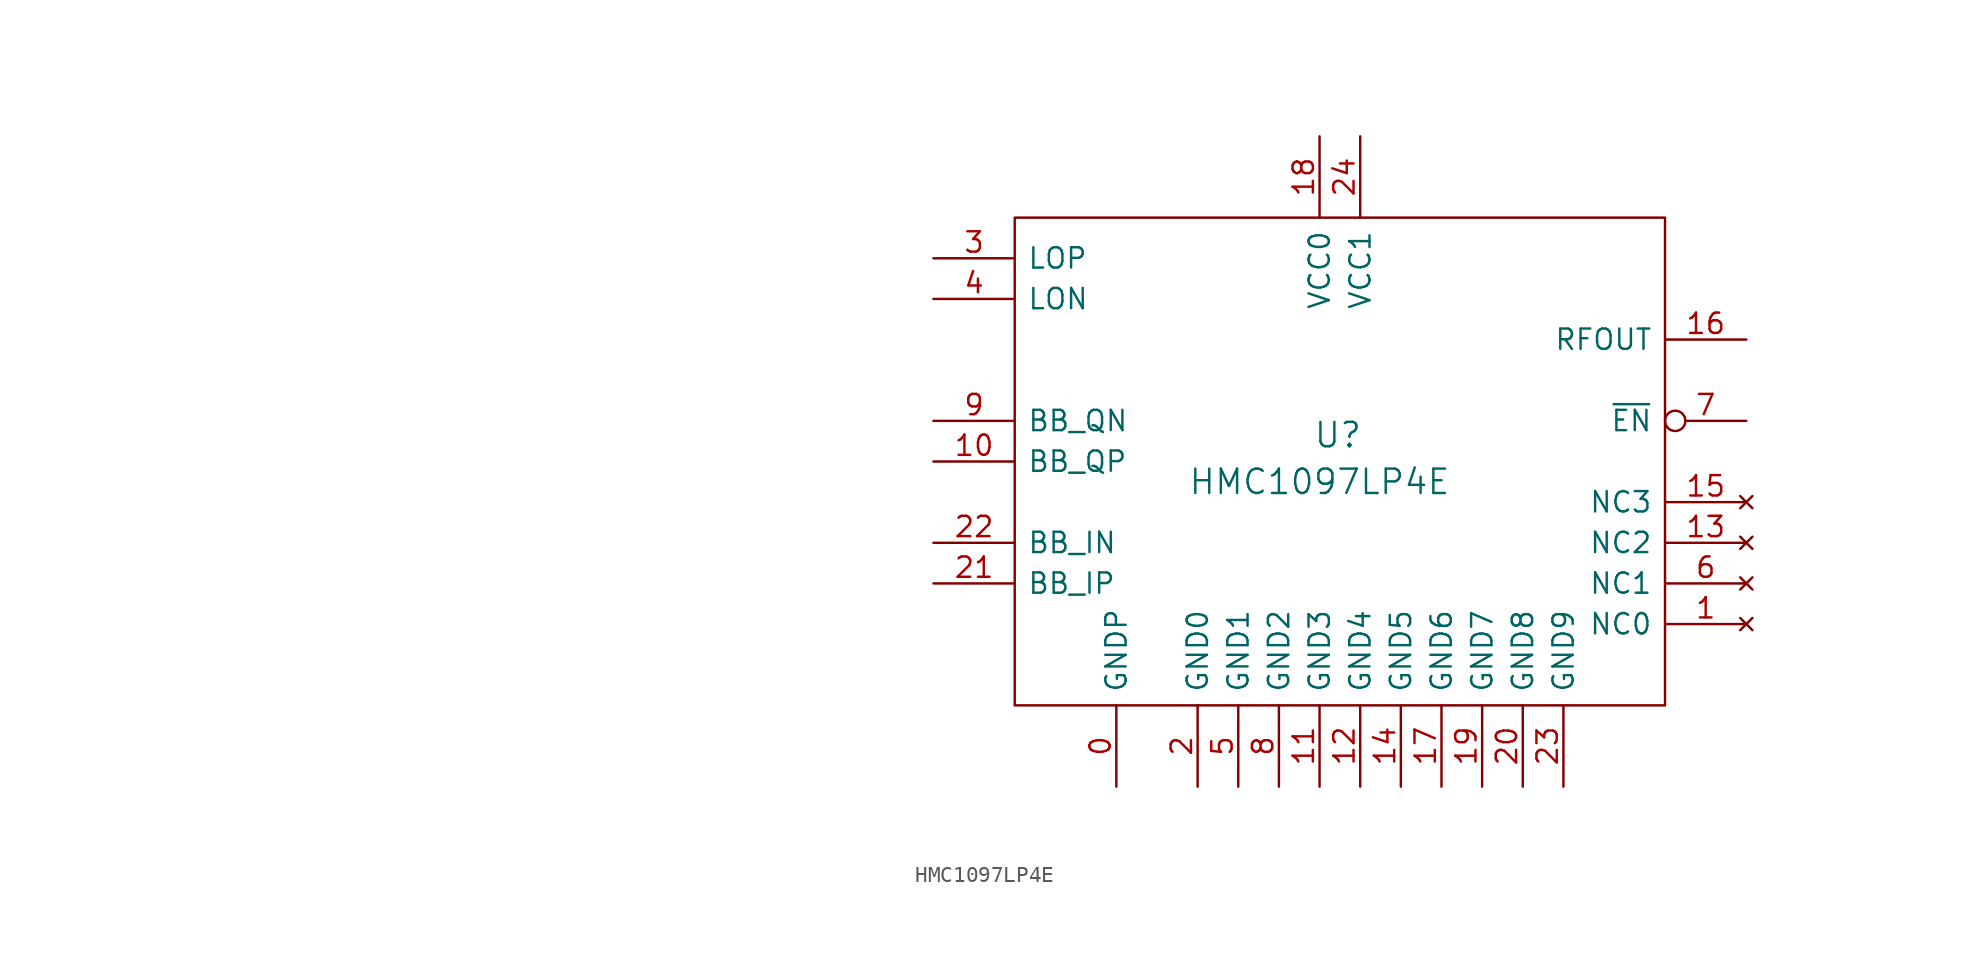
<source format=kicad_sym>
(kicad_symbol_lib
  (version 20211014)
  (generator kicad_symbol_editor)
  (symbol "HMC1097LP4E"
    (pin_names
      (offset 0.762))
    (property "Reference" "U"
      (at 25.273 -11.049 0)
      (effects (font (size 1.524 1.524))))
    (property "Value" "HMC1097LP4E"
      (at 24.13 -13.97 0)
      (effects (font (size 1.524 1.524))))
    (property "Datasheet" ""
      (at -44.45 -1.27 0)
      (effects (font (size 1.524 1.524))))
    (symbol "HMC1097LP4E_0_1"
      (rectangle (start 5.08 2.54) (end 45.72 -27.94) (stroke (width 0) (type default) (color 0 0 0 0)) (fill (type none))))
    (symbol "HMC1097LP4E_1_1"
      (pin power_in line (at 11.43 -33.02 90) (length 5.08) (name "GNDP" (effects (font (size 1.27 1.27)))) (number "0" (effects (font (size 1.27 1.27)))))
      (pin no_connect line (at 50.8 -22.86 180) (length 5.08) (name "NC0" (effects (font (size 1.27 1.27)))) (number "1" (effects (font (size 1.27 1.27)))))
      (pin input line (at 0 -12.7 0) (length 5.08) (name "BB_QP" (effects (font (size 1.27 1.27)))) (number "10" (effects (font (size 1.27 1.27)))))
      (pin power_in line (at 24.13 -33.02 90) (length 5.08) (name "GND3" (effects (font (size 1.27 1.27)))) (number "11" (effects (font (size 1.27 1.27)))))
      (pin power_in line (at 26.67 -33.02 90) (length 5.08) (name "GND4" (effects (font (size 1.27 1.27)))) (number "12" (effects (font (size 1.27 1.27)))))
      (pin no_connect line (at 50.8 -17.78 180) (length 5.08) (name "NC2" (effects (font (size 1.27 1.27)))) (number "13" (effects (font (size 1.27 1.27)))))
      (pin power_in line (at 29.21 -33.02 90) (length 5.08) (name "GND5" (effects (font (size 1.27 1.27)))) (number "14" (effects (font (size 1.27 1.27)))))
      (pin no_connect line (at 50.8 -15.24 180) (length 5.08) (name "NC3" (effects (font (size 1.27 1.27)))) (number "15" (effects (font (size 1.27 1.27)))))
      (pin output line (at 50.8 -5.08 180) (length 5.08) (name "RFOUT" (effects (font (size 1.27 1.27)))) (number "16" (effects (font (size 1.27 1.27)))))
      (pin power_in line (at 31.75 -33.02 90) (length 5.08) (name "GND6" (effects (font (size 1.27 1.27)))) (number "17" (effects (font (size 1.27 1.27)))))
      (pin power_in line (at 24.13 7.62 270) (length 5.08) (name "VCC0" (effects (font (size 1.27 1.27)))) (number "18" (effects (font (size 1.27 1.27)))))
      (pin power_in line (at 34.29 -33.02 90) (length 5.08) (name "GND7" (effects (font (size 1.27 1.27)))) (number "19" (effects (font (size 1.27 1.27)))))
      (pin power_in line (at 16.51 -33.02 90) (length 5.08) (name "GND0" (effects (font (size 1.27 1.27)))) (number "2" (effects (font (size 1.27 1.27)))))
      (pin power_in line (at 36.83 -33.02 90) (length 5.08) (name "GND8" (effects (font (size 1.27 1.27)))) (number "20" (effects (font (size 1.27 1.27)))))
      (pin input line (at 0 -20.32 0) (length 5.08) (name "BB_IP" (effects (font (size 1.27 1.27)))) (number "21" (effects (font (size 1.27 1.27)))))
      (pin input line (at 0 -17.78 0) (length 5.08) (name "BB_IN" (effects (font (size 1.27 1.27)))) (number "22" (effects (font (size 1.27 1.27)))))
      (pin power_in line (at 39.37 -33.02 90) (length 5.08) (name "GND9" (effects (font (size 1.27 1.27)))) (number "23" (effects (font (size 1.27 1.27)))))
      (pin power_in line (at 26.67 7.62 270) (length 5.08) (name "VCC1" (effects (font (size 1.27 1.27)))) (number "24" (effects (font (size 1.27 1.27)))))
      (pin input line (at 0 0 0) (length 5.08) (name "LOP" (effects (font (size 1.27 1.27)))) (number "3" (effects (font (size 1.27 1.27)))))
      (pin input line (at 0 -2.54 0) (length 5.08) (name "LON" (effects (font (size 1.27 1.27)))) (number "4" (effects (font (size 1.27 1.27)))))
      (pin power_in line (at 19.05 -33.02 90) (length 5.08) (name "GND1" (effects (font (size 1.27 1.27)))) (number "5" (effects (font (size 1.27 1.27)))))
      (pin no_connect line (at 50.8 -20.32 180) (length 5.08) (name "NC1" (effects (font (size 1.27 1.27)))) (number "6" (effects (font (size 1.27 1.27)))))
      (pin input inverted (at 50.8 -10.16 180) (length 5.08) (name "~{EN}" (effects (font (size 1.27 1.27)))) (number "7" (effects (font (size 1.27 1.27)))))
      (pin power_in line (at 21.59 -33.02 90) (length 5.08) (name "GND2" (effects (font (size 1.27 1.27)))) (number "8" (effects (font (size 1.27 1.27)))))
      (pin input line (at 0 -10.16 0) (length 5.08) (name "BB_QN" (effects (font (size 1.27 1.27)))) (number "9" (effects (font (size 1.27 1.27))))))))
</source>
